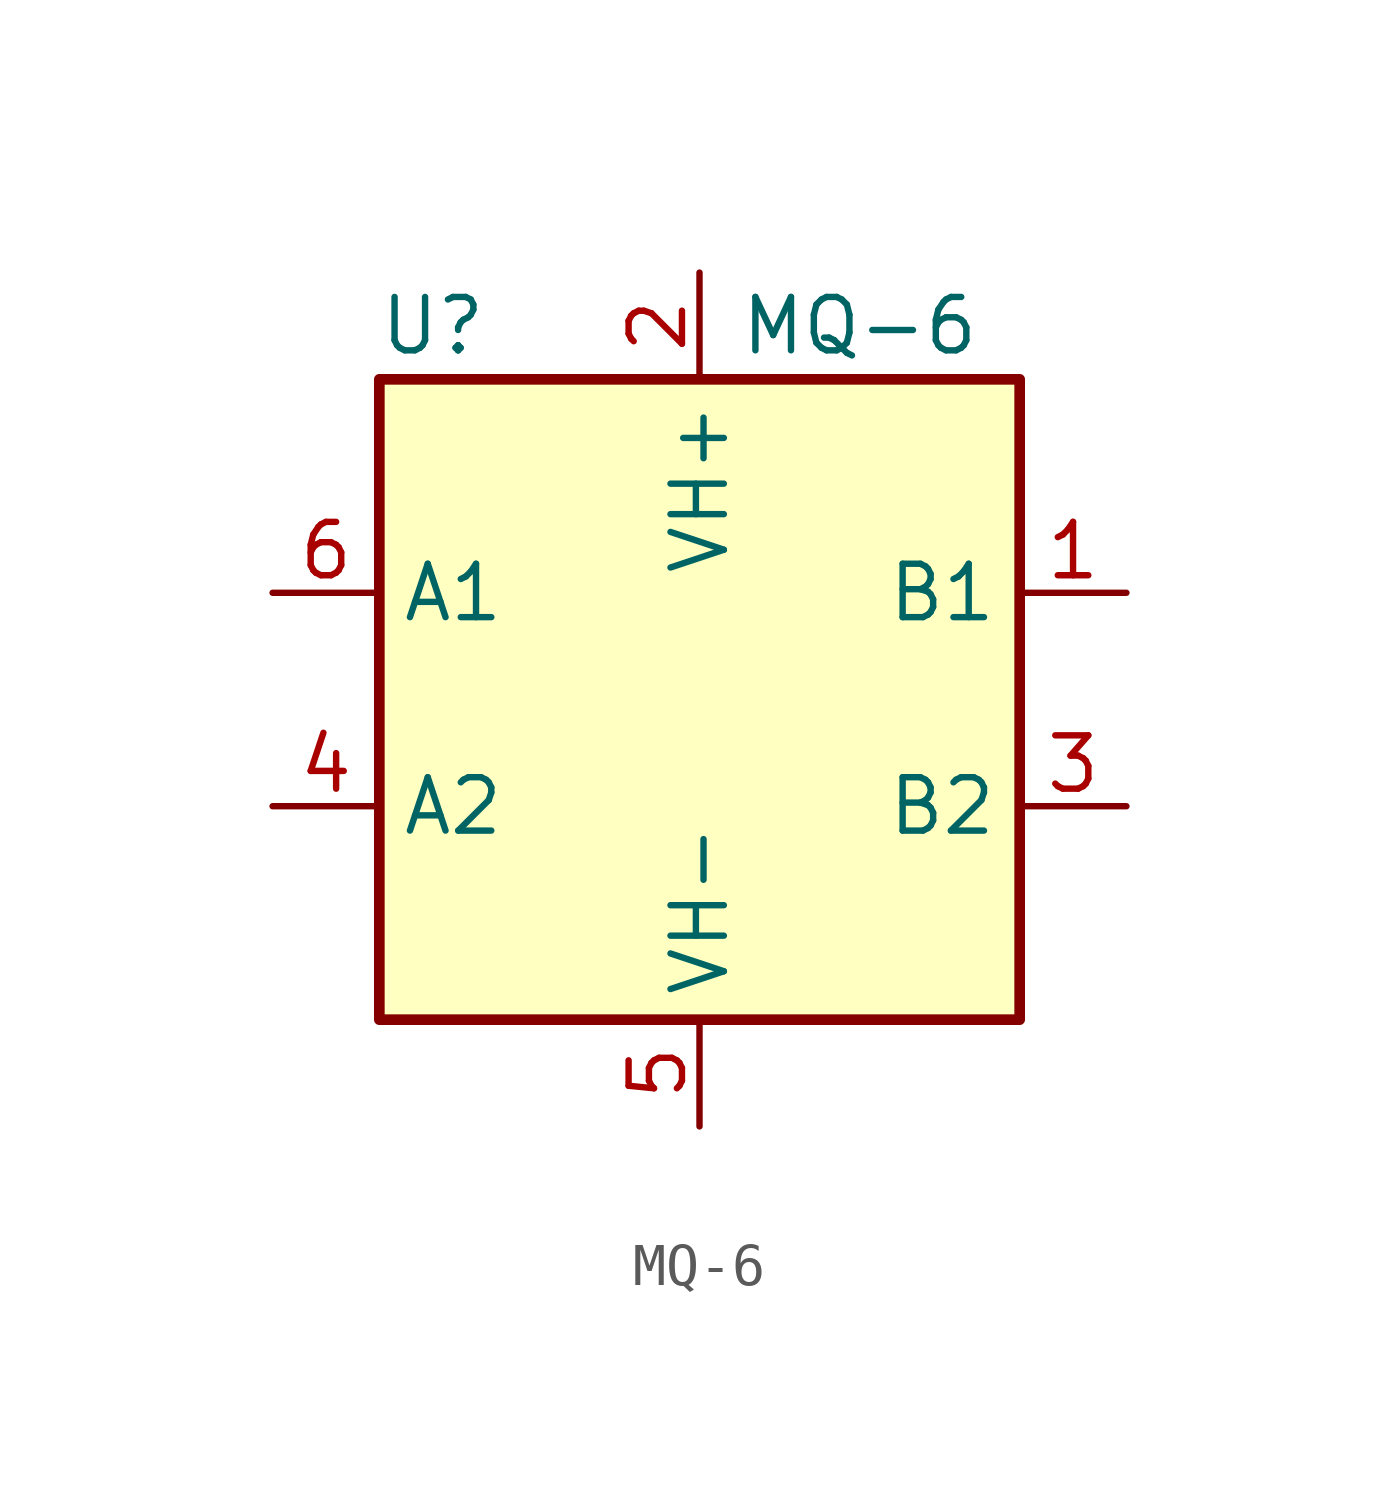
<source format=kicad_sym>
(kicad_symbol_lib
  (version 20211014)
  (generator kicad_symbol_editor)
  (symbol "MQ-6"
    (property "Reference" "U"
      (at -6.35 8.89 0)
      (effects (font (size 1.27 1.27))))
    (property "Value" "MQ-6"
      (at 3.81 8.89 0)
      (effects (font (size 1.27 1.27))))
    (symbol "MQ-6_0_1"
      (rectangle (start -7.62 7.62) (end 7.62 -7.62) (stroke (width 0.254) (type default) (color 0 0 0 0)) (fill (type background))))
    (symbol "MQ-6_1_1"
      (pin passive line (at 10.16 2.54 180) (length 2.54) (name "B1" (effects (font (size 1.27 1.27)))) (number "1" (effects (font (size 1.27 1.27)))))
      (pin power_in line (at 0 10.16 270) (length 2.54) (name "VH+" (effects (font (size 1.27 1.27)))) (number "2" (effects (font (size 1.27 1.27)))))
      (pin passive line (at 10.16 -2.54 180) (length 2.54) (name "B2" (effects (font (size 1.27 1.27)))) (number "3" (effects (font (size 1.27 1.27)))))
      (pin passive line (at -10.16 -2.54 0) (length 2.54) (name "A2" (effects (font (size 1.27 1.27)))) (number "4" (effects (font (size 1.27 1.27)))))
      (pin power_in line (at 0 -10.16 90) (length 2.54) (name "VH-" (effects (font (size 1.27 1.27)))) (number "5" (effects (font (size 1.27 1.27)))))
      (pin passive line (at -10.16 2.54 0) (length 2.54) (name "A1" (effects (font (size 1.27 1.27)))) (number "6" (effects (font (size 1.27 1.27))))))))
</source>
